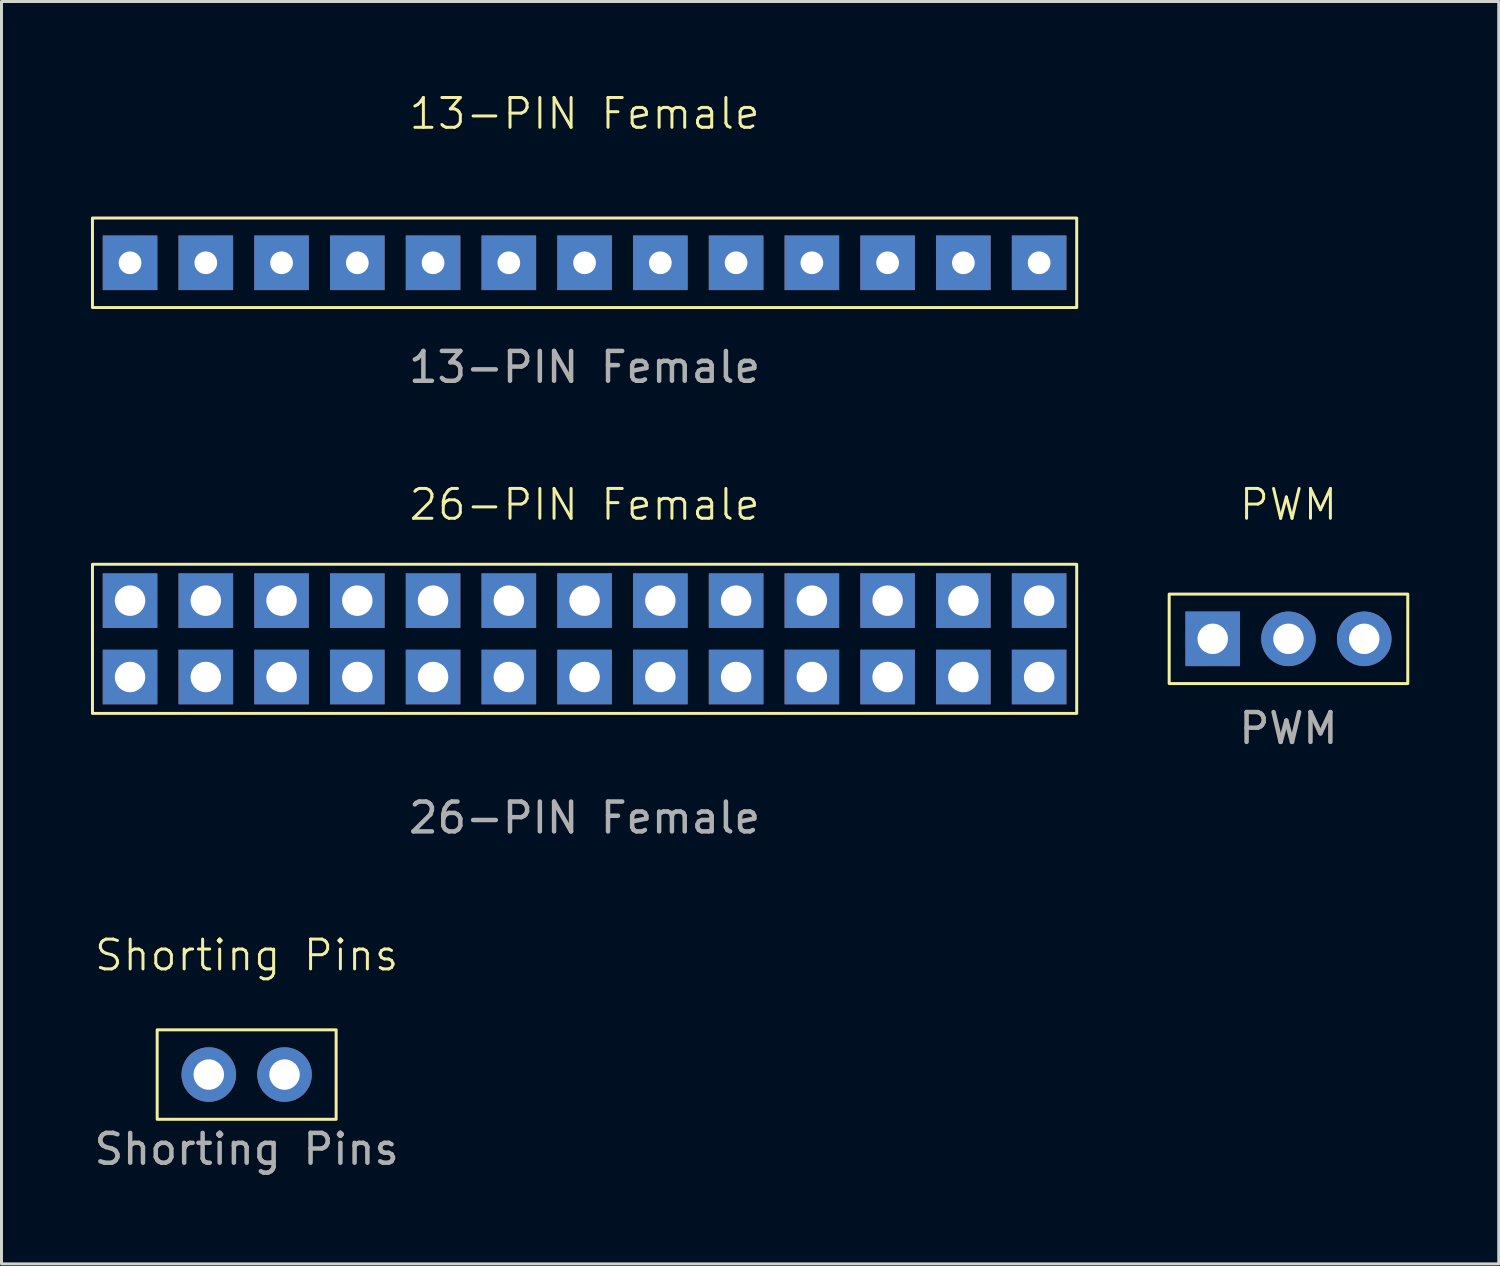
<source format=kicad_pcb>
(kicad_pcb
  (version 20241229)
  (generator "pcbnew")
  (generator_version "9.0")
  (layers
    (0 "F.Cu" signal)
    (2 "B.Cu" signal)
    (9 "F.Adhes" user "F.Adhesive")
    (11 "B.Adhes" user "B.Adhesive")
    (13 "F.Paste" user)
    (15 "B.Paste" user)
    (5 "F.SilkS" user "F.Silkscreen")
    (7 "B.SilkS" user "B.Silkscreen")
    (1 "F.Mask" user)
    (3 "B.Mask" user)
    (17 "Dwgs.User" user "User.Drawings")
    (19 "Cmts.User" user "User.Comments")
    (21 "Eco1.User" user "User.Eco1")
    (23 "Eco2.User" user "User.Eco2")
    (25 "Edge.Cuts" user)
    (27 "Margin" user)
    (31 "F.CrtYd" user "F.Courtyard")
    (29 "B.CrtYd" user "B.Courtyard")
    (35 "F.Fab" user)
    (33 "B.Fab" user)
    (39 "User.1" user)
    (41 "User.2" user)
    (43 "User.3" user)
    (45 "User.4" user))
  (footprint "Shorting Pins"
    (layer "F.Cu")
    (at 5.22 32.978)
    (property "Reference" "Shorting Pins" (at 0 -4 0) (unlocked yes) (layer "F.SilkS") (effects (font (size 1 1) (thickness 0.1))))
    (attr through_hole)
    (fp_rect (start -3 -1.5) (end 3 1.5) (stroke (width 0.1) (type default)) (fill no) (layer "F.SilkS"))
    (fp_text user "${REFERENCE}" (at 0 2.5 0) (unlocked yes) (layer "F.Fab") (effects (font (size 1 1) (thickness 0.15))))
    (pad "1" thru_hole circle (at -1.27 0) (size 1.83 1.83) (drill 1.02) (layers "*.Cu" "*.Mask"))
    (pad "2" thru_hole circle (at 1.27 0) (size 1.83 1.83) (drill 1.02) (layers "*.Cu" "*.Mask")))
  (footprint "26-PIN Female"
    (layer "F.Cu")
    (at 16.55 18.369)
    (property "Reference" "26-PIN Female" (at 0 -4.5 0) (unlocked yes) (layer "F.SilkS") (effects (font (size 1 1) (thickness 0.1))))
    (attr through_hole)
    (fp_rect (start -16.5 -2.5) (end 16.5 2.5) (stroke (width 0.1) (type default)) (fill no) (layer "F.SilkS"))
    (fp_text user "${REFERENCE}" (at 0 6 0) (unlocked yes) (layer "F.Fab") (effects (font (size 1 1) (thickness 0.15))))
    (pad "1" thru_hole rect (at -15.24 -1.28) (size 1.83 1.83) (drill 1.02) (layers "*.Cu" "*.Mask"))
    (pad "2" thru_hole rect (at -12.7 -1.28) (size 1.83 1.83) (drill 1.02) (layers "*.Cu" "*.Mask"))
    (pad "3" thru_hole rect (at -10.16 -1.28) (size 1.83 1.83) (drill 1.02) (layers "*.Cu" "*.Mask"))
    (pad "4" thru_hole rect (at -7.62 -1.28) (size 1.83 1.83) (drill 1.02) (layers "*.Cu" "*.Mask"))
    (pad "5" thru_hole rect (at -5.08 -1.28) (size 1.83 1.83) (drill 1.02) (layers "*.Cu" "*.Mask"))
    (pad "6" thru_hole rect (at -2.54 -1.28) (size 1.83 1.83) (drill 1.02) (layers "*.Cu" "*.Mask"))
    (pad "7" thru_hole rect (at 0 -1.28) (size 1.83 1.83) (drill 1.02) (layers "*.Cu" "*.Mask"))
    (pad "8" thru_hole rect (at 2.54 -1.28) (size 1.83 1.83) (drill 1.02) (layers "*.Cu" "*.Mask"))
    (pad "9" thru_hole rect (at 5.08 -1.28) (size 1.83 1.83) (drill 1.02) (layers "*.Cu" "*.Mask"))
    (pad "10" thru_hole rect (at 7.62 -1.28) (size 1.83 1.83) (drill 1.02) (layers "*.Cu" "*.Mask"))
    (pad "11" thru_hole rect (at 10.16 -1.28) (size 1.83 1.83) (drill 1.02) (layers "*.Cu" "*.Mask"))
    (pad "12" thru_hole rect (at 12.7 -1.28) (size 1.83 1.83) (drill 1.02) (layers "*.Cu" "*.Mask"))
    (pad "13" thru_hole rect (at 15.24 -1.28) (size 1.83 1.83) (drill 1.02) (layers "*.Cu" "*.Mask"))
    (pad "14" thru_hole rect (at 15.24 1.28) (size 1.83 1.83) (drill 1.02) (layers "*.Cu" "*.Mask"))
    (pad "15" thru_hole rect (at 12.7 1.28) (size 1.83 1.83) (drill 1.02) (layers "*.Cu" "*.Mask"))
    (pad "16" thru_hole rect (at 10.16 1.28) (size 1.83 1.83) (drill 1.02) (layers "*.Cu" "*.Mask"))
    (pad "17" thru_hole rect (at 7.62 1.28) (size 1.83 1.83) (drill 1.02) (layers "*.Cu" "*.Mask"))
    (pad "18" thru_hole rect (at 5.08 1.28) (size 1.83 1.83) (drill 1.02) (layers "*.Cu" "*.Mask"))
    (pad "19" thru_hole rect (at 2.54 1.28) (size 1.83 1.83) (drill 1.02) (layers "*.Cu" "*.Mask"))
    (pad "20" thru_hole rect (at 0 1.28) (size 1.83 1.83) (drill 1.02) (layers "*.Cu" "*.Mask"))
    (pad "21" thru_hole rect (at -2.54 1.28) (size 1.83 1.83) (drill 1.02) (layers "*.Cu" "*.Mask"))
    (pad "22" thru_hole rect (at -5.08 1.28) (size 1.83 1.83) (drill 1.02) (layers "*.Cu" "*.Mask"))
    (pad "23" thru_hole rect (at -7.62 1.28) (size 1.83 1.83) (drill 1.02) (layers "*.Cu" "*.Mask"))
    (pad "24" thru_hole rect (at -10.16 1.28) (size 1.83 1.83) (drill 1.02) (layers "*.Cu" "*.Mask"))
    (pad "25" thru_hole rect (at -12.7 1.28) (size 1.83 1.83) (drill 1.02) (layers "*.Cu" "*.Mask"))
    (pad "26" thru_hole rect (at -15.24 1.28) (size 1.83 1.83) (drill 1.02) (layers "*.Cu" "*.Mask")))
  (footprint "13-PIN Female"
    (layer "F.Cu")
    (at 16.55 5.761)
    (property "Reference" "13-PIN Female" (at 0 -5 0) (unlocked yes) (layer "F.SilkS") (effects (font (size 1 1) (thickness 0.1))))
    (attr through_hole)
    (fp_rect (start -16.5 -1.5) (end 16.5 1.5) (stroke (width 0.1) (type default)) (fill no) (layer "F.SilkS"))
    (fp_text user "${REFERENCE}" (at 0 3.5 0) (unlocked yes) (layer "F.Fab") (effects (font (size 1 1) (thickness 0.15))))
    (pad "1" thru_hole rect (at -15.24 0) (size 1.83 1.83) (drill 0.762) (layers "*.Cu" "*.Mask"))
    (pad "2" thru_hole rect (at -12.7 0) (size 1.83 1.83) (drill 0.762) (layers "*.Cu" "*.Mask"))
    (pad "3" thru_hole rect (at -10.16 0) (size 1.83 1.83) (drill 0.762) (layers "*.Cu" "*.Mask"))
    (pad "4" thru_hole rect (at -7.62 0) (size 1.83 1.83) (drill 0.762) (layers "*.Cu" "*.Mask"))
    (pad "5" thru_hole rect (at -5.08 0) (size 1.83 1.83) (drill 0.762) (layers "*.Cu" "*.Mask"))
    (pad "6" thru_hole rect (at -2.54 0) (size 1.83 1.83) (drill 0.762) (layers "*.Cu" "*.Mask"))
    (pad "7" thru_hole rect (at 0 0) (size 1.83 1.83) (drill 0.762) (layers "*.Cu" "*.Mask"))
    (pad "8" thru_hole rect (at 2.54 0) (size 1.83 1.83) (drill 0.762) (layers "*.Cu" "*.Mask"))
    (pad "9" thru_hole rect (at 5.08 0) (size 1.83 1.83) (drill 0.762) (layers "*.Cu" "*.Mask"))
    (pad "10" thru_hole rect (at 7.62 0) (size 1.83 1.83) (drill 0.762) (layers "*.Cu" "*.Mask"))
    (pad "11" thru_hole rect (at 10.16 0) (size 1.83 1.83) (drill 0.762) (layers "*.Cu" "*.Mask"))
    (pad "12" thru_hole rect (at 12.7 0) (size 1.83 1.83) (drill 0.762) (layers "*.Cu" "*.Mask"))
    (pad "13" thru_hole rect (at 15.24 0) (size 1.83 1.83) (drill 0.762) (layers "*.Cu" "*.Mask")))
  (footprint "PWM"
    (layer "F.Cu")
    (at 40.15 18.369)
    (property "Reference" "PWM" (at 0 -4.5 0) (unlocked yes) (layer "F.SilkS") (effects (font (size 1 1) (thickness 0.1))))
    (attr through_hole)
    (fp_rect (start -4 -1.5) (end 4 1.5) (stroke (width 0.1) (type default)) (fill no) (layer "F.SilkS"))
    (fp_text user "${REFERENCE}" (at 0 3 0) (unlocked yes) (layer "F.Fab") (effects (font (size 1 1) (thickness 0.15))))
    (pad "1" thru_hole rect (at -2.54 0) (size 1.83 1.83) (drill 1.02) (layers "*.Cu" "*.Mask"))
    (pad "2" thru_hole circle (at 0 0) (size 1.83 1.83) (drill 1.02) (layers "*.Cu" "*.Mask"))
    (pad "3" thru_hole circle (at 2.54 0) (size 1.83 1.83) (drill 1.02) (layers "*.Cu" "*.Mask")))
  (gr_rect
    (start -3 -3)
    (end 47.2 39.326)
    (stroke (width 0.1) (type default))
    (fill no)
    (layer "Edge.Cuts")))
</source>
